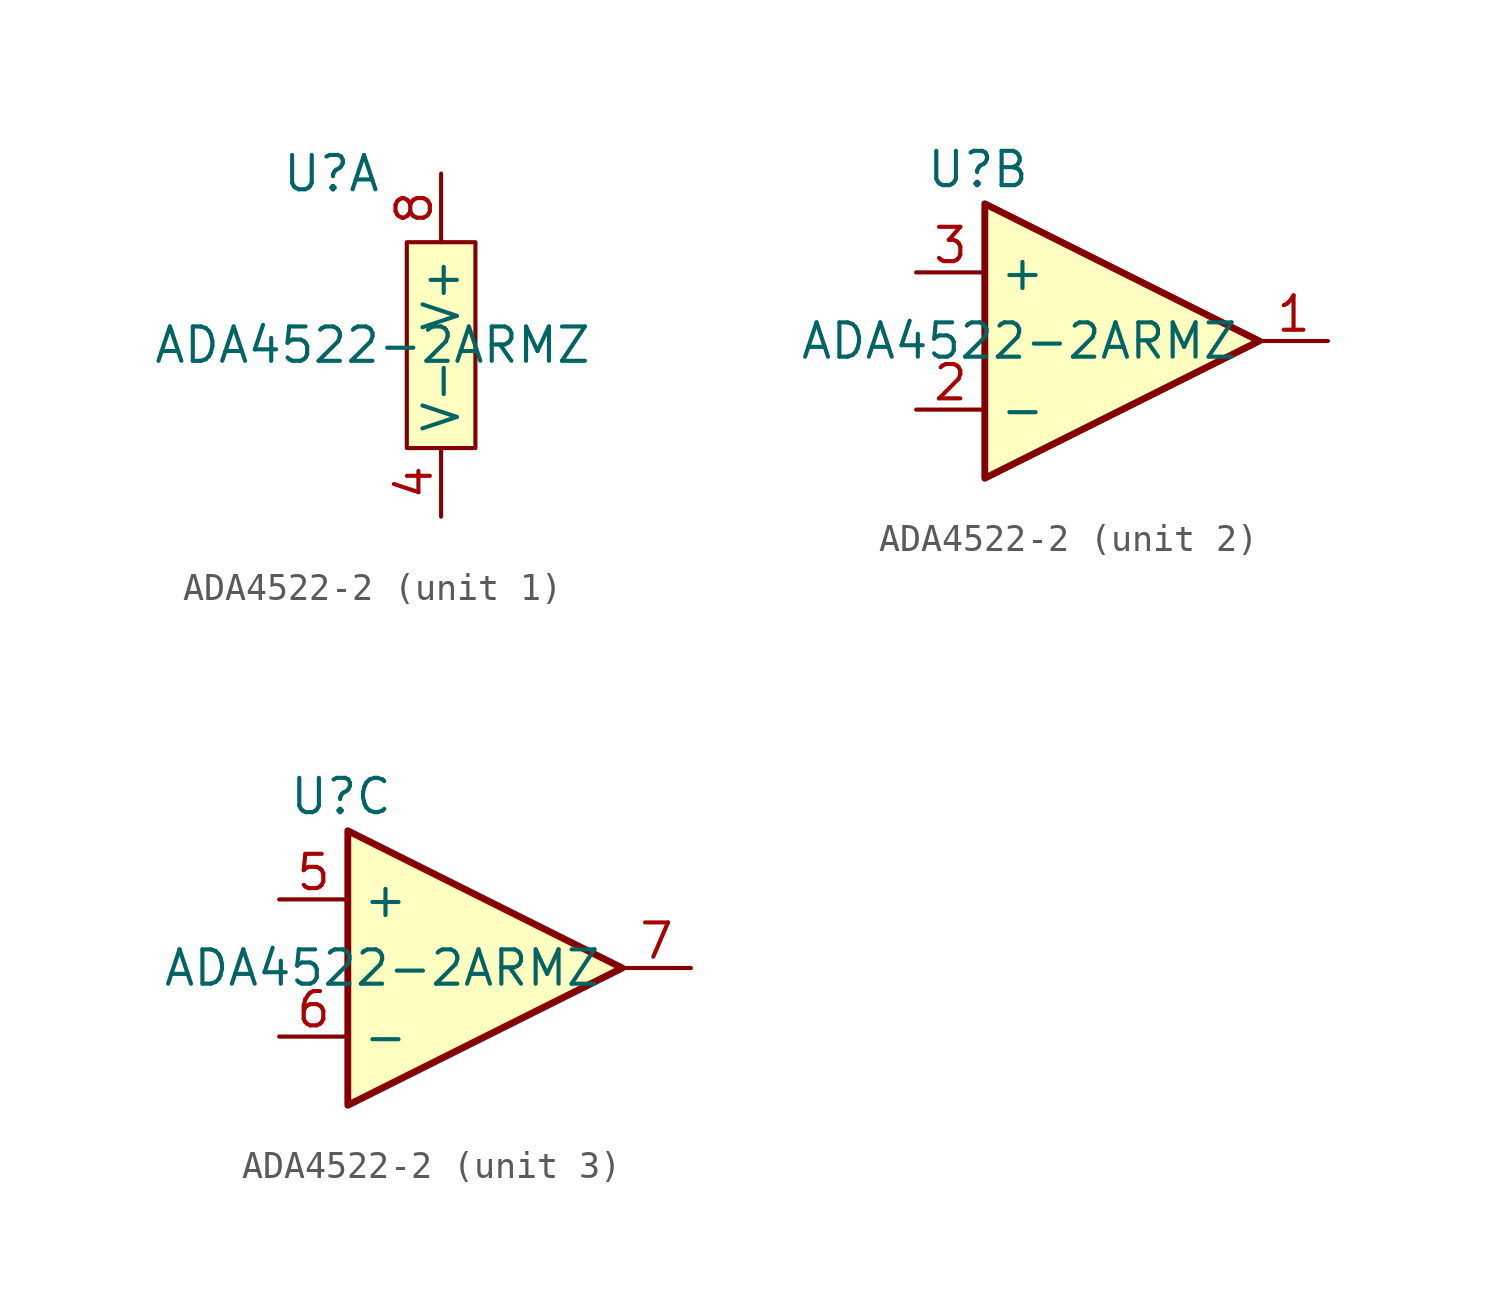
<source format=kicad_sym>
(kicad_symbol_lib
  (version 20231120)
  (generator "kicad_symbol_editor")
  (generator_version "8.0")
  (symbol "ADA4522-2"
    (property "Reference" "U"
      (at -4.064 6.35 0)
      (effects (font (size 1.27 1.27))))
    (property "Value" "ADA4522-2ARMZ"
      (at -2.54 0 0)
      (effects (font (size 1.27 1.27))))
    (property "ki_locked" ""
      (at 0 0 0)
      (effects (font (size 1.27 1.27))))
    (symbol "ADA4522-2_1_1"
      (rectangle (start -1.27 3.81) (end 1.27 -3.81) (stroke (width 0) (type default)) (fill (type background)))
      (pin power_in line (at 0 -6.35 90) (length 2.54) (name "V-" (effects (font (size 1.27 1.27)))) (number "4" (effects (font (size 1.27 1.27)))))
      (pin power_in line (at 0 6.35 270) (length 2.54) (name "V+" (effects (font (size 1.27 1.27)))) (number "8" (effects (font (size 1.27 1.27))))))
    (symbol "ADA4522-2_2_1"
      (polyline (pts (xy -3.81 5.08) (xy 6.35 0) (xy -3.81 -5.08) (xy -3.81 5.08)) (stroke (width 0.254) (type default)) (fill (type background)))
      (pin output line (at 8.89 0 180) (length 2.54) (name "~" (effects (font (size 1.27 1.27)))) (number "1" (effects (font (size 1.27 1.27)))))
      (pin input line (at -6.35 -2.54 0) (length 2.54) (name "-" (effects (font (size 1.27 1.27)))) (number "2" (effects (font (size 1.27 1.27)))))
      (pin input line (at -6.35 2.54 0) (length 2.54) (name "+" (effects (font (size 1.27 1.27)))) (number "3" (effects (font (size 1.27 1.27))))))
    (symbol "ADA4522-2_3_1"
      (polyline (pts (xy -3.81 5.08) (xy 6.35 0) (xy -3.81 -5.08) (xy -3.81 5.08)) (stroke (width 0.254) (type default)) (fill (type background)))
      (pin input line (at -6.35 2.54 0) (length 2.54) (name "+" (effects (font (size 1.27 1.27)))) (number "5" (effects (font (size 1.27 1.27)))))
      (pin input line (at -6.35 -2.54 0) (length 2.54) (name "-" (effects (font (size 1.27 1.27)))) (number "6" (effects (font (size 1.27 1.27)))))
      (pin output line (at 8.89 0 180) (length 2.54) (name "~" (effects (font (size 1.27 1.27)))) (number "7" (effects (font (size 1.27 1.27))))))))
</source>
